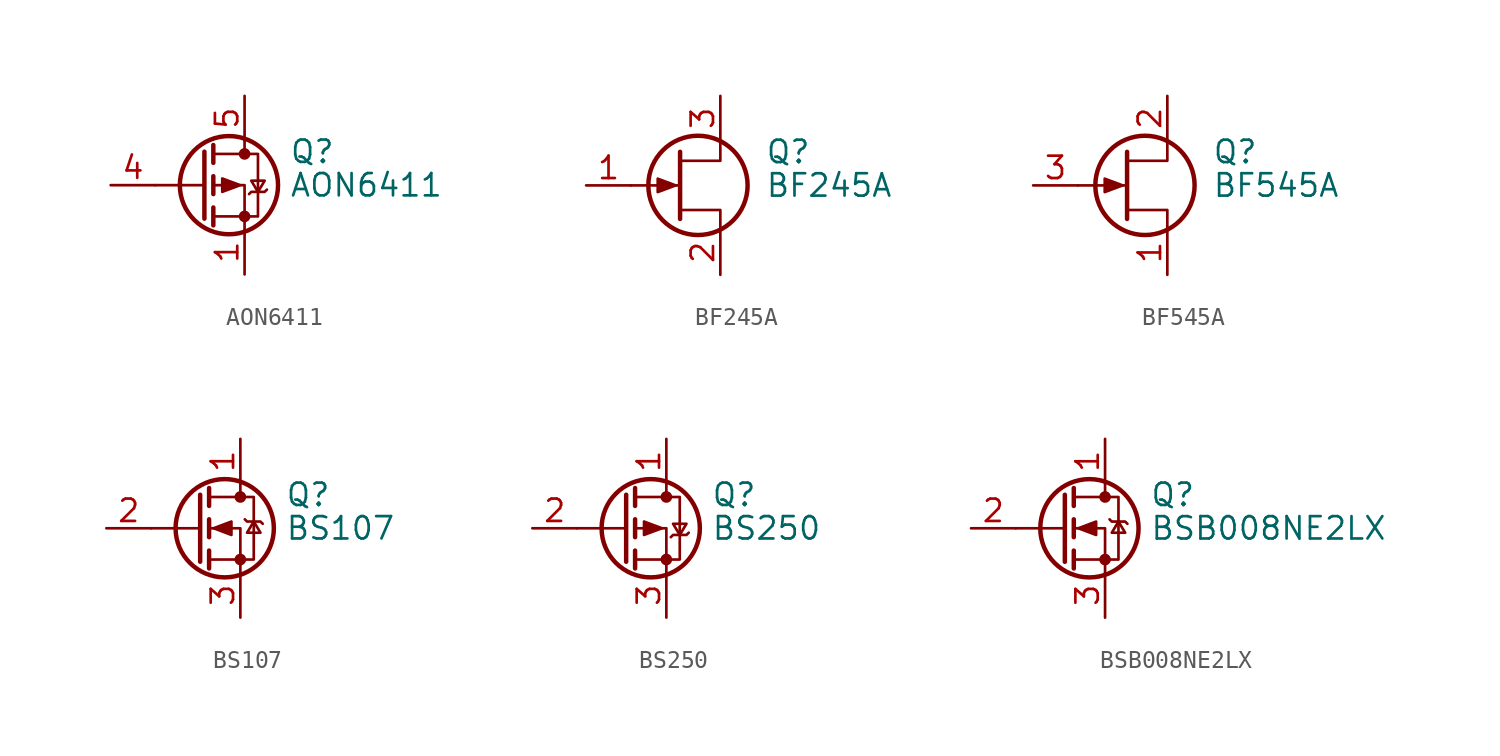
<source format=kicad_sym>
(kicad_symbol_lib
  (version 20220914)
  (generator kicad_symbol_editor)
  (symbol "AON6411"
    (pin_names hide)
    (property "Reference" "Q"
      (at 5.08 1.905 0)
      (effects (font (size 1.27 1.27)) (justify left)))
    (property "Value" "AON6411"
      (at 5.08 0 0)
      (effects (font (size 1.27 1.27)) (justify left)))
    (symbol "AON6411_0_1"
      (polyline (pts (xy 0.254 0) (xy -2.54 0)) (stroke (width 0) (type default)) (fill (type none)))
      (polyline (pts (xy 0.254 1.905) (xy 0.254 -1.905)) (stroke (width 0.254) (type default)) (fill (type none)))
      (polyline (pts (xy 0.762 -1.27) (xy 0.762 -2.286)) (stroke (width 0.254) (type default)) (fill (type none)))
      (polyline (pts (xy 0.762 0.508) (xy 0.762 -0.508)) (stroke (width 0.254) (type default)) (fill (type none)))
      (polyline (pts (xy 0.762 2.286) (xy 0.762 1.27)) (stroke (width 0.254) (type default)) (fill (type none)))
      (polyline (pts (xy 2.54 2.54) (xy 2.54 1.778)) (stroke (width 0) (type default)) (fill (type none)))
      (polyline (pts (xy 2.54 -2.54) (xy 2.54 0) (xy 0.762 0)) (stroke (width 0) (type default)) (fill (type none)))
      (polyline (pts (xy 0.762 1.778) (xy 3.302 1.778) (xy 3.302 -1.778) (xy 0.762 -1.778)) (stroke (width 0) (type default)) (fill (type none)))
      (polyline (pts (xy 2.286 0) (xy 1.27 0.381) (xy 1.27 -0.381) (xy 2.286 0)) (stroke (width 0) (type default)) (fill (type outline)))
      (polyline (pts (xy 2.794 -0.508) (xy 2.921 -0.381) (xy 3.683 -0.381) (xy 3.81 -0.254)) (stroke (width 0) (type default)) (fill (type none)))
      (polyline (pts (xy 3.302 -0.381) (xy 2.921 0.254) (xy 3.683 0.254) (xy 3.302 -0.381)) (stroke (width 0) (type default)) (fill (type none)))
      (circle (center 1.651 0) (radius 2.794) (stroke (width 0.254) (type default)) (fill (type none)))
      (circle (center 2.54 -1.778) (radius 0.254) (stroke (width 0) (type default)) (fill (type outline)))
      (circle (center 2.54 1.778) (radius 0.254) (stroke (width 0) (type default)) (fill (type outline))))
    (symbol "AON6411_1_1"
      (pin passive line (at 2.54 -5.08 90) (length 2.54) (name "S" (effects (font (size 1.27 1.27)))) (number "1" (effects (font (size 1.27 1.27)))))
      (pin passive line (at 2.54 -5.08 90) (length 2.54) hide (name "S" (effects (font (size 1.27 1.27)))) (number "2" (effects (font (size 1.27 1.27)))))
      (pin passive line (at 2.54 -5.08 90) (length 2.54) hide (name "S" (effects (font (size 1.27 1.27)))) (number "3" (effects (font (size 1.27 1.27)))))
      (pin input line (at -5.08 0 0) (length 2.54) (name "G" (effects (font (size 1.27 1.27)))) (number "4" (effects (font (size 1.27 1.27)))))
      (pin passive line (at 2.54 5.08 270) (length 2.54) (name "D" (effects (font (size 1.27 1.27)))) (number "5" (effects (font (size 1.27 1.27)))))))
  (symbol "BF245A"
    (pin_names hide)
    (property "Reference" "Q"
      (at 5.08 1.905 0)
      (effects (font (size 1.27 1.27)) (justify left)))
    (property "Value" "BF245A"
      (at 5.08 0 0)
      (effects (font (size 1.27 1.27)) (justify left)))
    (symbol "BF245A_0_1"
      (polyline (pts (xy 0.254 0) (xy -2.54 0)) (stroke (width 0) (type default)) (fill (type none)))
      (polyline (pts (xy 0.254 1.905) (xy 0.254 -1.905)) (stroke (width 0.254) (type default)) (fill (type none)))
      (polyline (pts (xy 2.54 -2.54) (xy 2.54 -1.397) (xy 0.254 -1.397)) (stroke (width 0) (type default)) (fill (type none)))
      (polyline (pts (xy 2.54 2.54) (xy 2.54 1.397) (xy 0.254 1.397)) (stroke (width 0) (type default)) (fill (type none)))
      (polyline (pts (xy 0 0) (xy -1.016 0.381) (xy -1.016 -0.381) (xy 0 0)) (stroke (width 0) (type default)) (fill (type outline)))
      (circle (center 1.27 0) (radius 2.819) (stroke (width 0.254) (type default)) (fill (type none))))
    (symbol "BF245A_1_1"
      (pin input line (at -5.08 0 0) (length 2.54) (name "G" (effects (font (size 1.27 1.27)))) (number "1" (effects (font (size 1.27 1.27)))))
      (pin passive line (at 2.54 -5.08 90) (length 2.54) (name "S" (effects (font (size 1.27 1.27)))) (number "2" (effects (font (size 1.27 1.27)))))
      (pin passive line (at 2.54 5.08 270) (length 2.54) (name "D" (effects (font (size 1.27 1.27)))) (number "3" (effects (font (size 1.27 1.27)))))))
  (symbol "BF545A"
    (pin_names hide)
    (property "Reference" "Q"
      (at 5.08 1.905 0)
      (effects (font (size 1.27 1.27)) (justify left)))
    (property "Value" "BF545A"
      (at 5.08 0 0)
      (effects (font (size 1.27 1.27)) (justify left)))
    (symbol "BF545A_0_1"
      (polyline (pts (xy 0.254 0) (xy -2.54 0)) (stroke (width 0) (type default)) (fill (type none)))
      (polyline (pts (xy 0.254 1.905) (xy 0.254 -1.905)) (stroke (width 0.254) (type default)) (fill (type none)))
      (polyline (pts (xy 2.54 -2.54) (xy 2.54 -1.397) (xy 0.254 -1.397)) (stroke (width 0) (type default)) (fill (type none)))
      (polyline (pts (xy 2.54 2.54) (xy 2.54 1.397) (xy 0.254 1.397)) (stroke (width 0) (type default)) (fill (type none)))
      (polyline (pts (xy 0 0) (xy -1.016 0.381) (xy -1.016 -0.381) (xy 0 0)) (stroke (width 0) (type default)) (fill (type outline)))
      (circle (center 1.27 0) (radius 2.819) (stroke (width 0.254) (type default)) (fill (type none))))
    (symbol "BF545A_1_1"
      (pin passive line (at 2.54 -5.08 90) (length 2.54) (name "S" (effects (font (size 1.27 1.27)))) (number "1" (effects (font (size 1.27 1.27)))))
      (pin passive line (at 2.54 5.08 270) (length 2.54) (name "D" (effects (font (size 1.27 1.27)))) (number "2" (effects (font (size 1.27 1.27)))))
      (pin input line (at -5.08 0 0) (length 2.54) (name "G" (effects (font (size 1.27 1.27)))) (number "3" (effects (font (size 1.27 1.27)))))))
  (symbol "BS107"
    (pin_names hide)
    (property "Reference" "Q"
      (at 5.08 1.905 0)
      (effects (font (size 1.27 1.27)) (justify left)))
    (property "Value" "BS107"
      (at 5.08 0 0)
      (effects (font (size 1.27 1.27)) (justify left)))
    (symbol "BS107_0_1"
      (polyline (pts (xy 0.254 0) (xy -2.54 0)) (stroke (width 0) (type default)) (fill (type none)))
      (polyline (pts (xy 0.254 1.905) (xy 0.254 -1.905)) (stroke (width 0.254) (type default)) (fill (type none)))
      (polyline (pts (xy 0.762 -1.27) (xy 0.762 -2.286)) (stroke (width 0.254) (type default)) (fill (type none)))
      (polyline (pts (xy 0.762 0.508) (xy 0.762 -0.508)) (stroke (width 0.254) (type default)) (fill (type none)))
      (polyline (pts (xy 0.762 2.286) (xy 0.762 1.27)) (stroke (width 0.254) (type default)) (fill (type none)))
      (polyline (pts (xy 2.54 2.54) (xy 2.54 1.778)) (stroke (width 0) (type default)) (fill (type none)))
      (polyline (pts (xy 2.54 -2.54) (xy 2.54 0) (xy 0.762 0)) (stroke (width 0) (type default)) (fill (type none)))
      (polyline (pts (xy 0.762 -1.778) (xy 3.302 -1.778) (xy 3.302 1.778) (xy 0.762 1.778)) (stroke (width 0) (type default)) (fill (type none)))
      (polyline (pts (xy 1.016 0) (xy 2.032 0.381) (xy 2.032 -0.381) (xy 1.016 0)) (stroke (width 0) (type default)) (fill (type outline)))
      (polyline (pts (xy 2.794 0.508) (xy 2.921 0.381) (xy 3.683 0.381) (xy 3.81 0.254)) (stroke (width 0) (type default)) (fill (type none)))
      (polyline (pts (xy 3.302 0.381) (xy 2.921 -0.254) (xy 3.683 -0.254) (xy 3.302 0.381)) (stroke (width 0) (type default)) (fill (type none)))
      (circle (center 1.651 0) (radius 2.794) (stroke (width 0.254) (type default)) (fill (type none)))
      (circle (center 2.54 -1.778) (radius 0.254) (stroke (width 0) (type default)) (fill (type outline)))
      (circle (center 2.54 1.778) (radius 0.254) (stroke (width 0) (type default)) (fill (type outline))))
    (symbol "BS107_1_1"
      (pin passive line (at 2.54 5.08 270) (length 2.54) (name "D" (effects (font (size 1.27 1.27)))) (number "1" (effects (font (size 1.27 1.27)))))
      (pin input line (at -5.08 0 0) (length 2.54) (name "G" (effects (font (size 1.27 1.27)))) (number "2" (effects (font (size 1.27 1.27)))))
      (pin passive line (at 2.54 -5.08 90) (length 2.54) (name "S" (effects (font (size 1.27 1.27)))) (number "3" (effects (font (size 1.27 1.27)))))))
  (symbol "BS250"
    (pin_names hide)
    (property "Reference" "Q"
      (at 5.08 1.905 0)
      (effects (font (size 1.27 1.27)) (justify left)))
    (property "Value" "BS250"
      (at 5.08 0 0)
      (effects (font (size 1.27 1.27)) (justify left)))
    (symbol "BS250_0_1"
      (polyline (pts (xy 0.254 0) (xy -2.54 0)) (stroke (width 0) (type default)) (fill (type none)))
      (polyline (pts (xy 0.254 1.905) (xy 0.254 -1.905)) (stroke (width 0.254) (type default)) (fill (type none)))
      (polyline (pts (xy 0.762 -1.27) (xy 0.762 -2.286)) (stroke (width 0.254) (type default)) (fill (type none)))
      (polyline (pts (xy 0.762 0.508) (xy 0.762 -0.508)) (stroke (width 0.254) (type default)) (fill (type none)))
      (polyline (pts (xy 0.762 2.286) (xy 0.762 1.27)) (stroke (width 0.254) (type default)) (fill (type none)))
      (polyline (pts (xy 2.54 2.54) (xy 2.54 1.778)) (stroke (width 0) (type default)) (fill (type none)))
      (polyline (pts (xy 2.54 -2.54) (xy 2.54 0) (xy 0.762 0)) (stroke (width 0) (type default)) (fill (type none)))
      (polyline (pts (xy 0.762 1.778) (xy 3.302 1.778) (xy 3.302 -1.778) (xy 0.762 -1.778)) (stroke (width 0) (type default)) (fill (type none)))
      (polyline (pts (xy 2.286 0) (xy 1.27 0.381) (xy 1.27 -0.381) (xy 2.286 0)) (stroke (width 0) (type default)) (fill (type outline)))
      (polyline (pts (xy 2.794 -0.508) (xy 2.921 -0.381) (xy 3.683 -0.381) (xy 3.81 -0.254)) (stroke (width 0) (type default)) (fill (type none)))
      (polyline (pts (xy 3.302 -0.381) (xy 2.921 0.254) (xy 3.683 0.254) (xy 3.302 -0.381)) (stroke (width 0) (type default)) (fill (type none)))
      (circle (center 1.651 0) (radius 2.794) (stroke (width 0.254) (type default)) (fill (type none)))
      (circle (center 2.54 -1.778) (radius 0.254) (stroke (width 0) (type default)) (fill (type outline)))
      (circle (center 2.54 1.778) (radius 0.254) (stroke (width 0) (type default)) (fill (type outline))))
    (symbol "BS250_1_1"
      (pin passive line (at 2.54 5.08 270) (length 2.54) (name "D" (effects (font (size 1.27 1.27)))) (number "1" (effects (font (size 1.27 1.27)))))
      (pin input line (at -5.08 0 0) (length 2.54) (name "G" (effects (font (size 1.27 1.27)))) (number "2" (effects (font (size 1.27 1.27)))))
      (pin passive line (at 2.54 -5.08 90) (length 2.54) (name "S" (effects (font (size 1.27 1.27)))) (number "3" (effects (font (size 1.27 1.27)))))))
  (symbol "BSB008NE2LX"
    (pin_names hide)
    (property "Reference" "Q"
      (at 5.08 1.905 0)
      (effects (font (size 1.27 1.27)) (justify left)))
    (property "Value" "BSB008NE2LX"
      (at 5.08 0 0)
      (effects (font (size 1.27 1.27)) (justify left)))
    (symbol "BSB008NE2LX_0_1"
      (polyline (pts (xy 0.254 0) (xy -2.54 0)) (stroke (width 0) (type default)) (fill (type none)))
      (polyline (pts (xy 0.254 1.905) (xy 0.254 -1.905)) (stroke (width 0.254) (type default)) (fill (type none)))
      (polyline (pts (xy 0.762 -1.27) (xy 0.762 -2.286)) (stroke (width 0.254) (type default)) (fill (type none)))
      (polyline (pts (xy 0.762 0.508) (xy 0.762 -0.508)) (stroke (width 0.254) (type default)) (fill (type none)))
      (polyline (pts (xy 0.762 2.286) (xy 0.762 1.27)) (stroke (width 0.254) (type default)) (fill (type none)))
      (polyline (pts (xy 2.54 2.54) (xy 2.54 1.778)) (stroke (width 0) (type default)) (fill (type none)))
      (polyline (pts (xy 2.54 -2.54) (xy 2.54 0) (xy 0.762 0)) (stroke (width 0) (type default)) (fill (type none)))
      (polyline (pts (xy 0.762 -1.778) (xy 3.302 -1.778) (xy 3.302 1.778) (xy 0.762 1.778)) (stroke (width 0) (type default)) (fill (type none)))
      (polyline (pts (xy 1.016 0) (xy 2.032 0.381) (xy 2.032 -0.381) (xy 1.016 0)) (stroke (width 0) (type default)) (fill (type outline)))
      (polyline (pts (xy 2.794 0.508) (xy 2.921 0.381) (xy 3.683 0.381) (xy 3.81 0.254)) (stroke (width 0) (type default)) (fill (type none)))
      (polyline (pts (xy 3.302 0.381) (xy 2.921 -0.254) (xy 3.683 -0.254) (xy 3.302 0.381)) (stroke (width 0) (type default)) (fill (type none)))
      (circle (center 1.651 0) (radius 2.794) (stroke (width 0.254) (type default)) (fill (type none)))
      (circle (center 2.54 -1.778) (radius 0.254) (stroke (width 0) (type default)) (fill (type outline)))
      (circle (center 2.54 1.778) (radius 0.254) (stroke (width 0) (type default)) (fill (type outline))))
    (symbol "BSB008NE2LX_1_1"
      (pin passive line (at 2.54 5.08 270) (length 2.54) (name "D" (effects (font (size 1.27 1.27)))) (number "1" (effects (font (size 1.27 1.27)))))
      (pin input line (at -5.08 0 0) (length 2.54) (name "G" (effects (font (size 1.27 1.27)))) (number "2" (effects (font (size 1.27 1.27)))))
      (pin passive line (at 2.54 -5.08 90) (length 2.54) (name "S" (effects (font (size 1.27 1.27)))) (number "3" (effects (font (size 1.27 1.27))))))))
</source>
